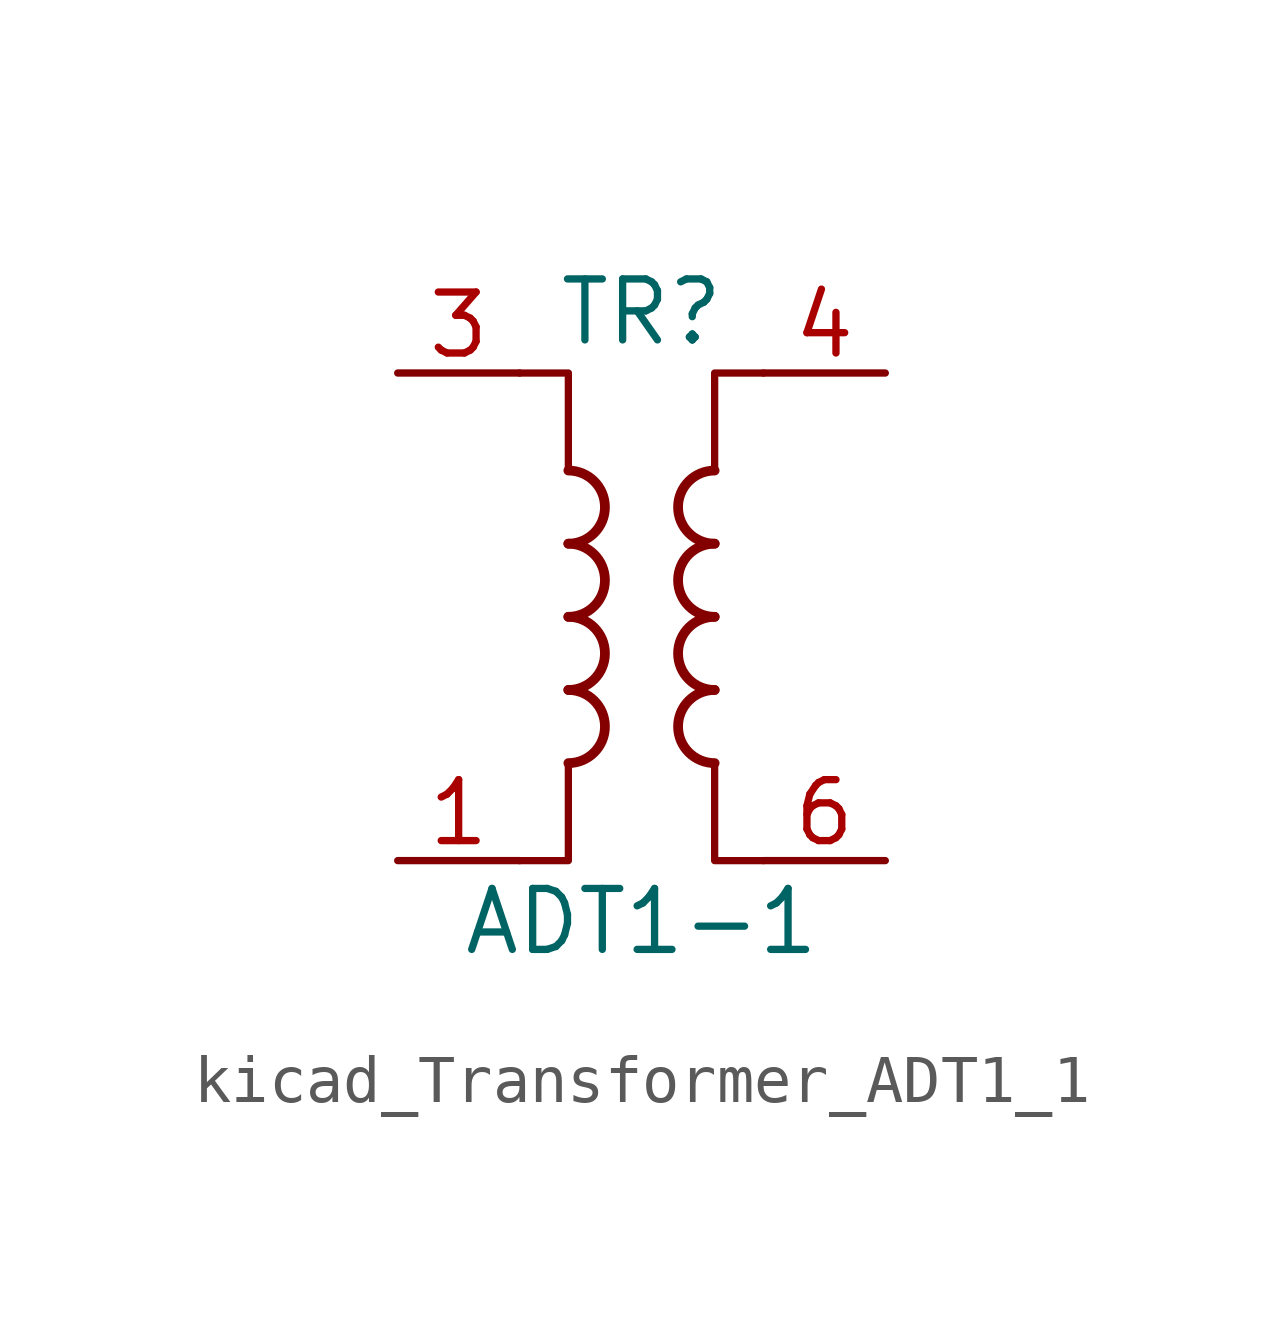
<source format=kicad_sym>
(kicad_symbol_lib
  (version 20220914)
  (generator kicad_symbol_editor)
  (symbol "kicad_Transformer_ADT1_1"
    (pin_names hide)
    (property "Reference" "TR"
      (at 0 6.35 0)
      (effects (font (size 1.27 1.27))))
    (property "Value" "ADT1-1"
      (at 0 -6.35 0)
      (effects (font (size 1.27 1.27))))
    (symbol "kicad_Transformer_ADT1_1_0_1"
      (arc (start -1.524 -3.048) (mid -0.7653 -2.286) (end -1.524 -1.524) (stroke (width 0.2032) (type default)) (fill (type none)))
      (arc (start -1.524 -1.524) (mid -0.7653 -0.762) (end -1.524 0) (stroke (width 0.2032) (type default)) (fill (type none)))
      (arc (start -1.524 0) (mid -0.7653 0.762) (end -1.524 1.524) (stroke (width 0.2032) (type default)) (fill (type none)))
      (arc (start -1.524 1.524) (mid -0.7653 2.286) (end -1.524 3.048) (stroke (width 0.2032) (type default)) (fill (type none)))
      (polyline (pts (xy -2.54 5.08) (xy -1.524 5.08) (xy -1.524 3.048)) (stroke (width 0.152) (type default)) (fill (type none)))
      (polyline (pts (xy -1.524 -3.048) (xy -1.524 -5.08) (xy -2.54 -5.08)) (stroke (width 0.152) (type default)) (fill (type none)))
      (polyline (pts (xy 1.524 3.048) (xy 1.524 5.08) (xy 2.54 5.08)) (stroke (width 0.152) (type default)) (fill (type none)))
      (polyline (pts (xy 2.54 -5.08) (xy 1.524 -5.08) (xy 1.524 -3.048)) (stroke (width 0.152) (type default)) (fill (type none)))
      (arc (start 1.524 -1.524) (mid 0.7653 -2.286) (end 1.524 -3.048) (stroke (width 0.2032) (type default)) (fill (type none)))
      (arc (start 1.524 0) (mid 0.7653 -0.762) (end 1.524 -1.524) (stroke (width 0.2032) (type default)) (fill (type none)))
      (arc (start 1.524 1.524) (mid 0.7653 0.762) (end 1.524 0) (stroke (width 0.2032) (type default)) (fill (type none)))
      (arc (start 1.524 3.048) (mid 0.7653 2.286) (end 1.524 1.524) (stroke (width 0.2032) (type default)) (fill (type none))))
    (symbol "kicad_Transformer_ADT1_1_1_1"
      (pin passive line (at -5.08 -5.08 0) (length 2.54) (name "~" (effects (font (size 1.27 1.27)))) (number "1" (effects (font (size 1.27 1.27)))))
      (pin passive line (at -5.08 5.08 0) (length 2.54) (name "~" (effects (font (size 1.27 1.27)))) (number "3" (effects (font (size 1.27 1.27)))))
      (pin passive line (at 5.08 5.08 180) (length 2.54) (name "~" (effects (font (size 1.27 1.27)))) (number "4" (effects (font (size 1.27 1.27)))))
      (pin passive line (at 5.08 -5.08 180) (length 2.54) (name "~" (effects (font (size 1.27 1.27)))) (number "6" (effects (font (size 1.27 1.27))))))))
</source>
